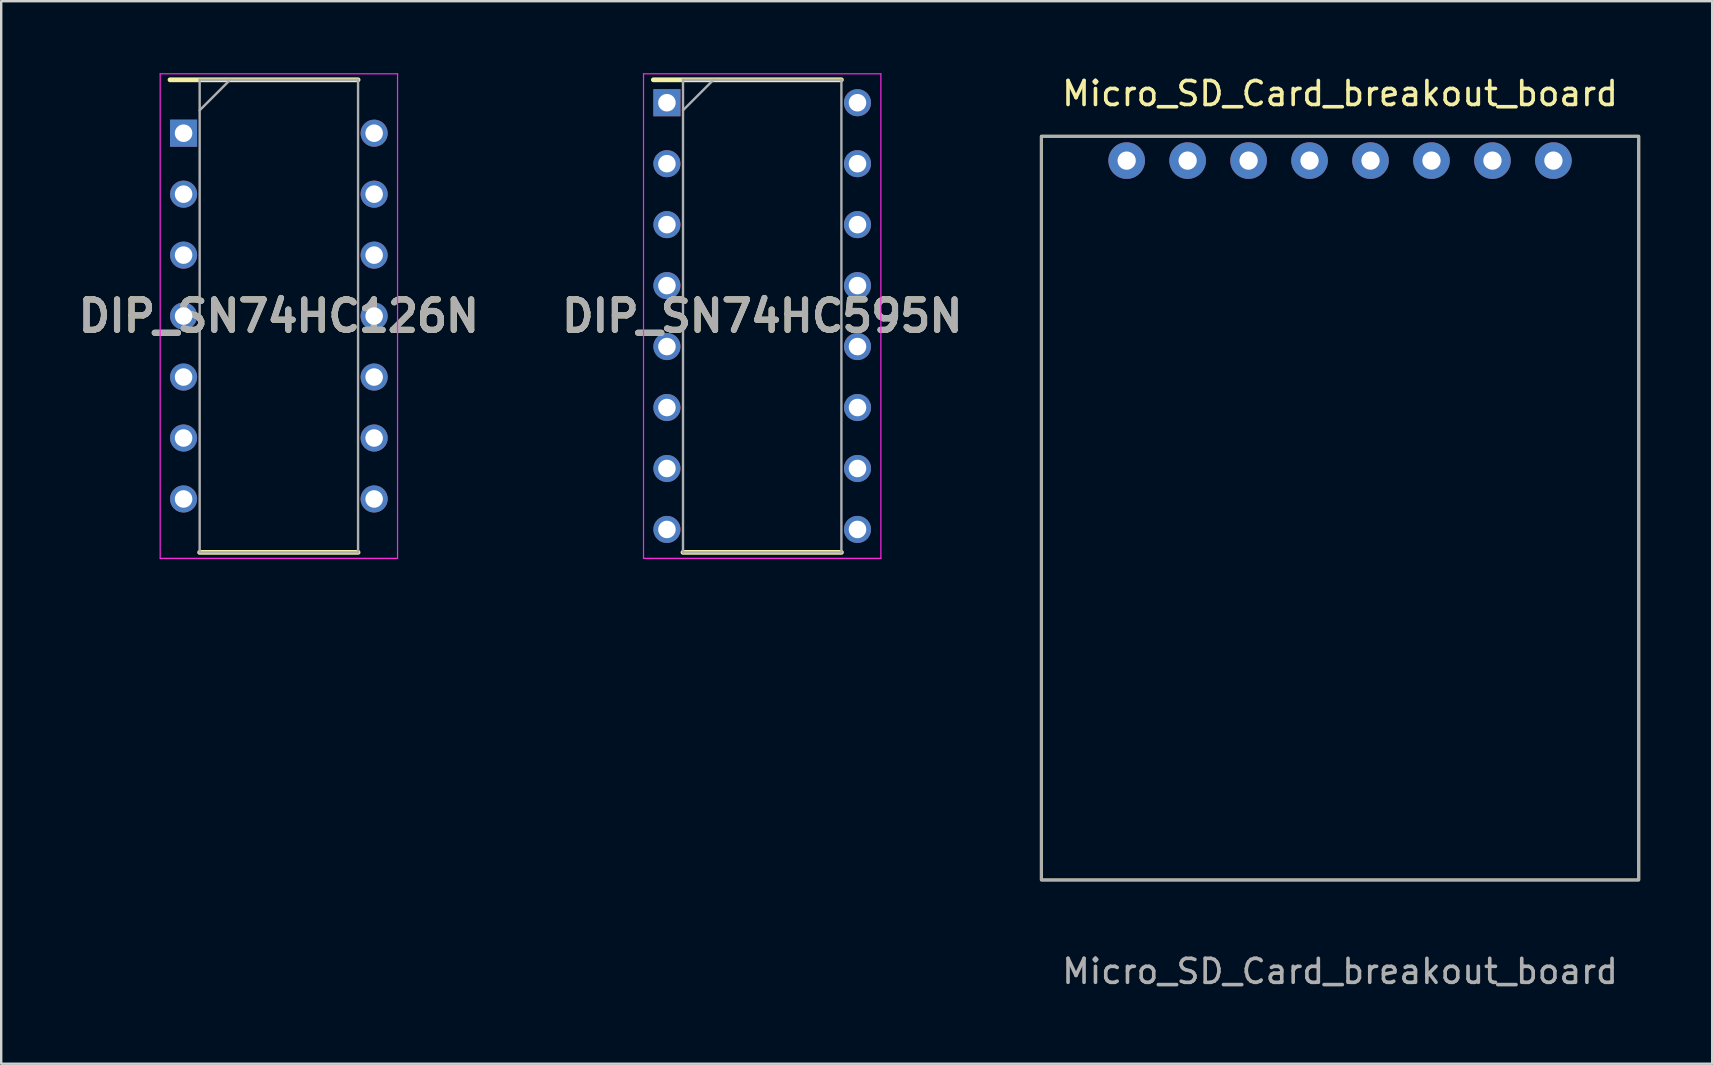
<source format=kicad_pcb>
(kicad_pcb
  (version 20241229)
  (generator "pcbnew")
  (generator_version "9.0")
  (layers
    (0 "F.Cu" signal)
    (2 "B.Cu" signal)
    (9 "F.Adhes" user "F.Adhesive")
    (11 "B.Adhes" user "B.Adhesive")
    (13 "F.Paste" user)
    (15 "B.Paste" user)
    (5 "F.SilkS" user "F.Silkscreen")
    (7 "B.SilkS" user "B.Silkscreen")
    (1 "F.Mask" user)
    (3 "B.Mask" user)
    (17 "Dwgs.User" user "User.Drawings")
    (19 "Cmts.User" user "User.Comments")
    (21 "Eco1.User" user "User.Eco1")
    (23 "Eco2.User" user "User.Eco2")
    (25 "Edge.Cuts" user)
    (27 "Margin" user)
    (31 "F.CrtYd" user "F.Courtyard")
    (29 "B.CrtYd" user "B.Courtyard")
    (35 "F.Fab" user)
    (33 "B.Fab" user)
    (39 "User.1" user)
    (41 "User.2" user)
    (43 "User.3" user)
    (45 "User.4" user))
  (footprint "DIP_SN74HC595N"
    (layer "F.Cu")
    (at 28.708 10.12)
    (property "Reference" "DIP_SN74HC595N" (at 0 0 0) (layer "F.SilkS") (effects (font (size 1.27 1.27) (thickness 0.254))))
    (attr through_hole)
    (fp_line (start -4.535 -9.845) (end 3.3 -9.845) (stroke (width 0.2) (type solid)) (layer "F.SilkS"))
    (fp_line (start -3.3 9.845) (end 3.3 9.845) (stroke (width 0.2) (type solid)) (layer "F.SilkS"))
    (fp_line (start -4.945 -10.095) (end 4.945 -10.095) (stroke (width 0.05) (type solid)) (layer "F.CrtYd"))
    (fp_line (start -4.945 10.095) (end -4.945 -10.095) (stroke (width 0.05) (type solid)) (layer "F.CrtYd"))
    (fp_line (start 4.945 -10.095) (end 4.945 10.095) (stroke (width 0.05) (type solid)) (layer "F.CrtYd"))
    (fp_line (start 4.945 10.095) (end -4.945 10.095) (stroke (width 0.05) (type solid)) (layer "F.CrtYd"))
    (fp_line (start -3.3 -9.845) (end 3.3 -9.845) (stroke (width 0.1) (type solid)) (layer "F.Fab"))
    (fp_line (start -3.3 -8.575) (end -2.03 -9.845) (stroke (width 0.1) (type solid)) (layer "F.Fab"))
    (fp_line (start -3.3 9.845) (end -3.3 -9.845) (stroke (width 0.1) (type solid)) (layer "F.Fab"))
    (fp_line (start 3.3 -9.845) (end 3.3 9.845) (stroke (width 0.1) (type solid)) (layer "F.Fab"))
    (fp_line (start 3.3 9.845) (end -3.3 9.845) (stroke (width 0.1) (type solid)) (layer "F.Fab"))
    (fp_text user "${REFERENCE}" (at 0 0 0) (layer "F.Fab") (effects (font (size 1.27 1.27) (thickness 0.254))))
    (pad "1" thru_hole rect (at -3.97 -8.89) (size 1.13 1.13) (drill 0.73) (layers "*.Cu" "*.Mask"))
    (pad "2" thru_hole circle (at -3.97 -6.35) (size 1.13 1.13) (drill 0.73) (layers "*.Cu" "*.Mask"))
    (pad "3" thru_hole circle (at -3.97 -3.81) (size 1.13 1.13) (drill 0.73) (layers "*.Cu" "*.Mask"))
    (pad "4" thru_hole circle (at -3.97 -1.27) (size 1.13 1.13) (drill 0.73) (layers "*.Cu" "*.Mask"))
    (pad "5" thru_hole circle (at -3.97 1.27) (size 1.13 1.13) (drill 0.73) (layers "*.Cu" "*.Mask"))
    (pad "6" thru_hole circle (at -3.97 3.81) (size 1.13 1.13) (drill 0.73) (layers "*.Cu" "*.Mask"))
    (pad "7" thru_hole circle (at -3.97 6.35) (size 1.13 1.13) (drill 0.73) (layers "*.Cu" "*.Mask"))
    (pad "8" thru_hole circle (at -3.97 8.89) (size 1.13 1.13) (drill 0.73) (layers "*.Cu" "*.Mask"))
    (pad "9" thru_hole circle (at 3.97 8.89) (size 1.13 1.13) (drill 0.73) (layers "*.Cu" "*.Mask"))
    (pad "10" thru_hole circle (at 3.97 6.35) (size 1.13 1.13) (drill 0.73) (layers "*.Cu" "*.Mask"))
    (pad "11" thru_hole circle (at 3.97 3.81) (size 1.13 1.13) (drill 0.73) (layers "*.Cu" "*.Mask"))
    (pad "12" thru_hole circle (at 3.97 1.27) (size 1.13 1.13) (drill 0.73) (layers "*.Cu" "*.Mask"))
    (pad "13" thru_hole circle (at 3.97 -1.27) (size 1.13 1.13) (drill 0.73) (layers "*.Cu" "*.Mask"))
    (pad "14" thru_hole circle (at 3.97 -3.81) (size 1.13 1.13) (drill 0.73) (layers "*.Cu" "*.Mask"))
    (pad "15" thru_hole circle (at 3.97 -6.35) (size 1.13 1.13) (drill 0.73) (layers "*.Cu" "*.Mask"))
    (pad "16" thru_hole circle (at 3.97 -8.89) (size 1.13 1.13) (drill 0.73) (layers "*.Cu" "*.Mask")))
  (footprint "DIP_SN74HC126N"
    (layer "F.Cu")
    (at 8.569 10.12)
    (property "Reference" "DIP_SN74HC126N" (at 0 0 0) (layer "F.SilkS") (effects (font (size 1.27 1.27) (thickness 0.254))))
    (attr through_hole)
    (fp_line (start -4.535 -9.845) (end 3.3 -9.845) (stroke (width 0.2) (type solid)) (layer "F.SilkS"))
    (fp_line (start -3.3 9.845) (end 3.3 9.845) (stroke (width 0.2) (type solid)) (layer "F.SilkS"))
    (fp_line (start -4.945 -10.095) (end 4.945 -10.095) (stroke (width 0.05) (type solid)) (layer "F.CrtYd"))
    (fp_line (start -4.945 10.095) (end -4.945 -10.095) (stroke (width 0.05) (type solid)) (layer "F.CrtYd"))
    (fp_line (start 4.945 -10.095) (end 4.945 10.095) (stroke (width 0.05) (type solid)) (layer "F.CrtYd"))
    (fp_line (start 4.945 10.095) (end -4.945 10.095) (stroke (width 0.05) (type solid)) (layer "F.CrtYd"))
    (fp_line (start -3.3 -9.845) (end 3.3 -9.845) (stroke (width 0.1) (type solid)) (layer "F.Fab"))
    (fp_line (start -3.3 -8.575) (end -2.03 -9.845) (stroke (width 0.1) (type solid)) (layer "F.Fab"))
    (fp_line (start -3.3 9.845) (end -3.3 -9.845) (stroke (width 0.1) (type solid)) (layer "F.Fab"))
    (fp_line (start 3.3 -9.845) (end 3.3 9.845) (stroke (width 0.1) (type solid)) (layer "F.Fab"))
    (fp_line (start 3.3 9.845) (end -3.3 9.845) (stroke (width 0.1) (type solid)) (layer "F.Fab"))
    (fp_text user "${REFERENCE}" (at 0 0 0) (layer "F.Fab") (effects (font (size 1.27 1.27) (thickness 0.254))))
    (pad "1" thru_hole rect (at -3.97 -7.62) (size 1.13 1.13) (drill 0.73) (layers "*.Cu" "*.Mask"))
    (pad "2" thru_hole circle (at -3.97 -5.08) (size 1.13 1.13) (drill 0.73) (layers "*.Cu" "*.Mask"))
    (pad "3" thru_hole circle (at -3.97 -2.54) (size 1.13 1.13) (drill 0.73) (layers "*.Cu" "*.Mask"))
    (pad "4" thru_hole circle (at -3.97 0) (size 1.13 1.13) (drill 0.73) (layers "*.Cu" "*.Mask"))
    (pad "5" thru_hole circle (at -3.97 2.54) (size 1.13 1.13) (drill 0.73) (layers "*.Cu" "*.Mask"))
    (pad "6" thru_hole circle (at -3.97 5.08) (size 1.13 1.13) (drill 0.73) (layers "*.Cu" "*.Mask"))
    (pad "7" thru_hole circle (at -3.97 7.62) (size 1.13 1.13) (drill 0.73) (layers "*.Cu" "*.Mask"))
    (pad "8" thru_hole circle (at 3.97 7.62) (size 1.13 1.13) (drill 0.73) (layers "*.Cu" "*.Mask"))
    (pad "9" thru_hole circle (at 3.97 5.08) (size 1.13 1.13) (drill 0.73) (layers "*.Cu" "*.Mask"))
    (pad "10" thru_hole circle (at 3.97 2.54) (size 1.13 1.13) (drill 0.73) (layers "*.Cu" "*.Mask"))
    (pad "11" thru_hole circle (at 3.97 0) (size 1.13 1.13) (drill 0.73) (layers "*.Cu" "*.Mask"))
    (pad "12" thru_hole circle (at 3.97 -2.54) (size 1.13 1.13) (drill 0.73) (layers "*.Cu" "*.Mask"))
    (pad "13" thru_hole circle (at 3.97 -5.08) (size 1.13 1.13) (drill 0.73) (layers "*.Cu" "*.Mask"))
    (pad "14" thru_hole circle (at 3.97 -7.62) (size 1.13 1.13) (drill 0.73) (layers "*.Cu" "*.Mask")))
  (footprint "Micro_SD_Card_breakout_board"
    (layer "F.Cu")
    (at 52.784 17.612)
    (property "Reference" "Micro_SD_Card_breakout_board" (at 0 -16.764 0) (unlocked yes) (layer "F.SilkS") (effects (font (size 1 1) (thickness 0.15))))
    (attr through_hole)
    (fp_rect (start 12.446 -14.986) (end -12.446 16.002) (stroke (width 0.12) (type solid)) (fill no) (layer "F.SilkS"))
    (fp_rect (start 12.446 -14.986) (end -12.446 16.002) (stroke (width 0.12) (type solid)) (fill no) (layer "F.Fab"))
    (fp_text user "${REFERENCE}" (at 0 19.812 0) (unlocked yes) (layer "F.Fab") (effects (font (size 1 1) (thickness 0.15))))
    (pad "1" thru_hole circle (at -8.89 -13.97) (size 1.524 1.524) (drill 0.762) (layers "*.Cu" "*.Mask"))
    (pad "2" thru_hole circle (at -6.35 -13.97) (size 1.524 1.524) (drill 0.762) (layers "*.Cu" "*.Mask"))
    (pad "3" thru_hole circle (at -3.81 -13.97) (size 1.524 1.524) (drill 0.762) (layers "*.Cu" "*.Mask"))
    (pad "4" thru_hole circle (at -1.27 -13.97) (size 1.524 1.524) (drill 0.762) (layers "*.Cu" "*.Mask"))
    (pad "5" thru_hole circle (at 1.27 -13.97) (size 1.524 1.524) (drill 0.762) (layers "*.Cu" "*.Mask"))
    (pad "6" thru_hole circle (at 3.81 -13.97) (size 1.524 1.524) (drill 0.762) (layers "*.Cu" "*.Mask"))
    (pad "7" thru_hole circle (at 6.35 -13.97) (size 1.524 1.524) (drill 0.762) (layers "*.Cu" "*.Mask"))
    (pad "8" thru_hole circle (at 8.89 -13.97) (size 1.524 1.524) (drill 0.762) (layers "*.Cu" "*.Mask")))
  (gr_rect
    (start -3 -3)
    (end 68.29 41.273)
    (stroke (width 0.1) (type default))
    (fill no)
    (layer "Edge.Cuts")))
</source>
